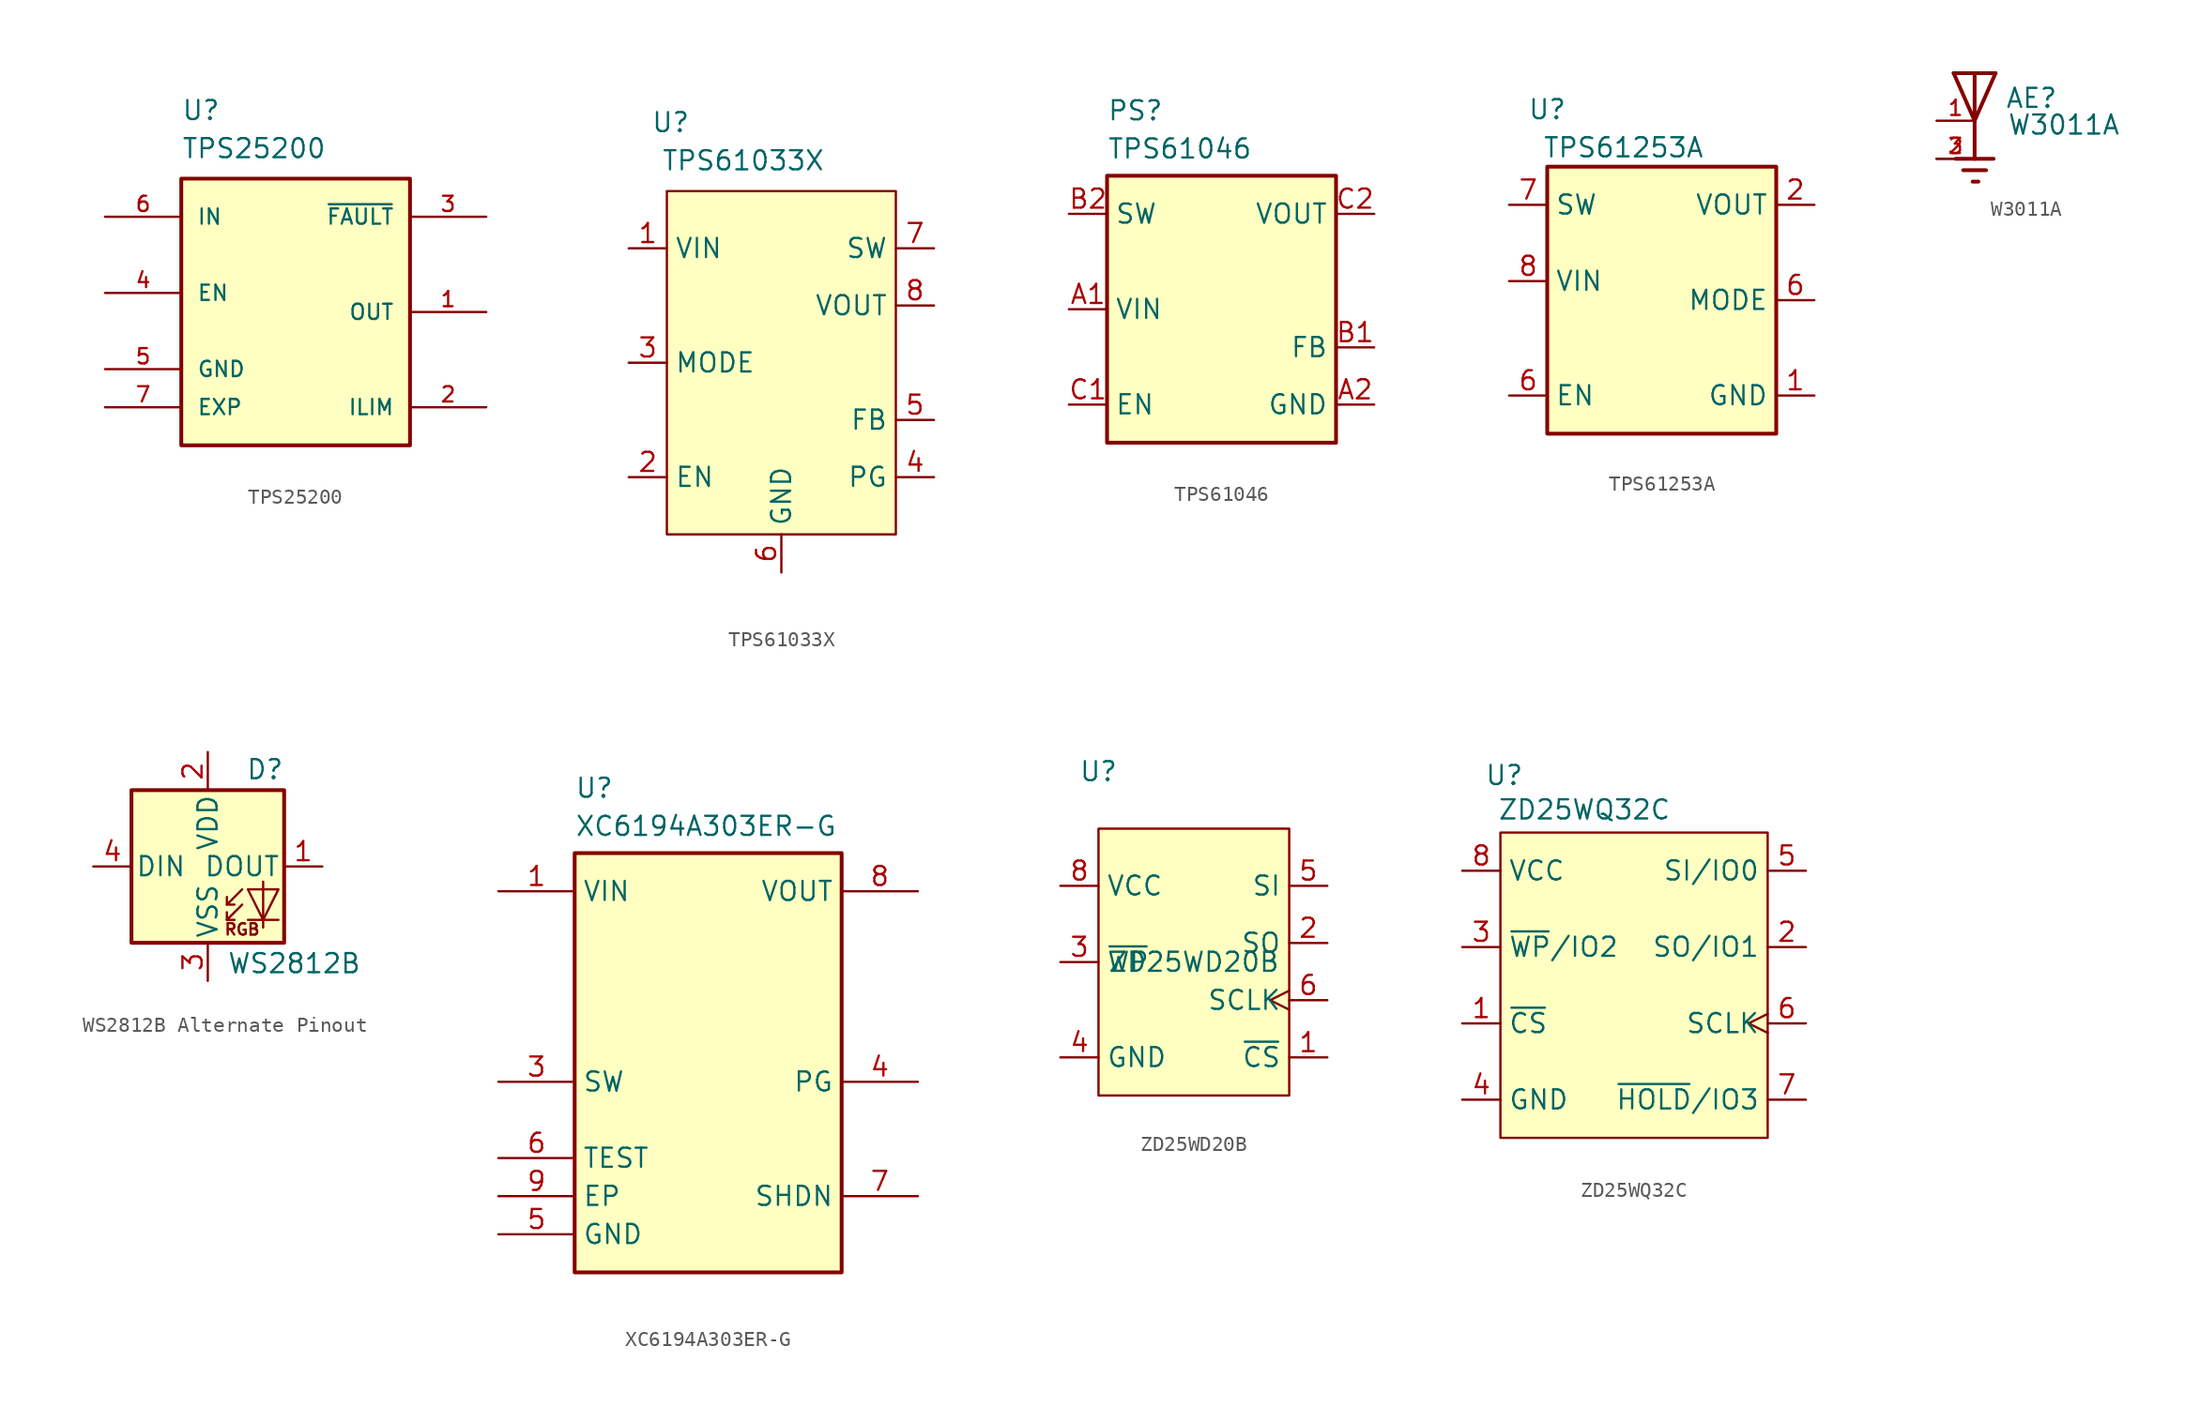
<source format=kicad_sym>
(kicad_symbol_lib
  (version 20241209)
  (generator "kicad_symbol_editor")
  (generator_version "9.0")
  (symbol "TPS25200"
    (pin_names
      (offset 1.016))
    (property "Reference" "U"
      (at -7.62 13.97 0)
      (effects (font (size 1.27 1.27)) (justify left bottom)))
    (property "Value" "TPS25200"
      (at -7.62 11.43 0)
      (effects (font (size 1.27 1.27)) (justify left bottom)))
    (symbol "TPS25200_0_0"
      (rectangle (start -7.62 10.16) (end 7.62 -7.62) (stroke (width 0.254) (type default)) (fill (type background)))
      (pin input line (at -12.7 7.62 0) (length 5.08) (name "IN" (effects (font (size 1.016 1.016)))) (number "6" (effects (font (size 1.016 1.016)))))
      (pin input line (at -12.7 2.54 0) (length 5.08) (name "EN" (effects (font (size 1.016 1.016)))) (number "4" (effects (font (size 1.016 1.016)))))
      (pin power_in line (at -12.7 -2.54 0) (length 5.08) (name "GND" (effects (font (size 1.016 1.016)))) (number "5" (effects (font (size 1.016 1.016)))))
      (pin power_in line (at -12.7 -5.08 0) (length 5.08) (name "EXP" (effects (font (size 1.016 1.016)))) (number "7" (effects (font (size 1.016 1.016)))))
      (pin output line (at 12.7 7.62 180) (length 5.08) (name "~{FAULT}" (effects (font (size 1.016 1.016)))) (number "3" (effects (font (size 1.016 1.016)))))
      (pin output line (at 12.7 1.27 180) (length 5.08) (name "OUT" (effects (font (size 1.016 1.016)))) (number "1" (effects (font (size 1.016 1.016)))))
      (pin output line (at 12.7 -5.08 180) (length 5.08) (name "ILIM" (effects (font (size 1.016 1.016)))) (number "2" (effects (font (size 1.016 1.016)))))))
  (symbol "TPS61033X"
    (property "Reference" "U"
      (at -7.366 16.002 0)
      (effects (font (size 1.27 1.27))))
    (property "Value" "TPS61033X"
      (at -2.54 13.462 0)
      (effects (font (size 1.27 1.27))))
    (symbol "TPS61033X_1_1"
      (rectangle (start -7.62 11.43) (end 7.62 -11.43) (stroke (width 0) (type default)) (fill (type background)))
      (pin power_in line (at -10.16 7.62 0) (length 2.54) (name "VIN" (effects (font (size 1.27 1.27)))) (number "1" (effects (font (size 1.27 1.27)))))
      (pin input line (at -10.16 0 0) (length 2.54) (name "MODE" (effects (font (size 1.27 1.27)))) (number "3" (effects (font (size 1.27 1.27)))))
      (pin input line (at -10.16 -7.62 0) (length 2.54) (name "EN" (effects (font (size 1.27 1.27)))) (number "2" (effects (font (size 1.27 1.27)))))
      (pin power_in line (at 0 -13.97 90) (length 2.54) (name "GND" (effects (font (size 1.27 1.27)))) (number "6" (effects (font (size 1.27 1.27)))))
      (pin input line (at 10.16 7.62 180) (length 2.54) (name "SW" (effects (font (size 1.27 1.27)))) (number "7" (effects (font (size 1.27 1.27)))))
      (pin power_out line (at 10.16 3.81 180) (length 2.54) (name "VOUT" (effects (font (size 1.27 1.27)))) (number "8" (effects (font (size 1.27 1.27)))))
      (pin input line (at 10.16 -3.81 180) (length 2.54) (name "FB" (effects (font (size 1.27 1.27)))) (number "5" (effects (font (size 1.27 1.27)))))
      (pin output line (at 10.16 -7.62 180) (length 2.54) (name "PG" (effects (font (size 1.27 1.27)))) (number "4" (effects (font (size 1.27 1.27)))))))
  (symbol "TPS61046"
    (property "Reference" "PS"
      (at -7.62 13.97 0)
      (effects (font (size 1.27 1.27)) (justify left top)))
    (property "Value" "TPS61046"
      (at -7.62 11.43 0)
      (effects (font (size 1.27 1.27)) (justify left top)))
    (symbol "TPS61046_1_1"
      (rectangle (start -7.62 8.89) (end 7.62 -8.89) (stroke (width 0.254) (type default)) (fill (type background)))
      (pin bidirectional line (at -10.16 6.35 0) (length 2.54) (name "SW" (effects (font (size 1.27 1.27)))) (number "B2" (effects (font (size 1.27 1.27)))))
      (pin power_in line (at -10.16 0 0) (length 2.54) (name "VIN" (effects (font (size 1.27 1.27)))) (number "A1" (effects (font (size 1.27 1.27)))))
      (pin input line (at -10.16 -6.35 0) (length 2.54) (name "EN" (effects (font (size 1.27 1.27)))) (number "C1" (effects (font (size 1.27 1.27)))))
      (pin power_in line (at 10.16 6.35 180) (length 2.54) (name "VOUT" (effects (font (size 1.27 1.27)))) (number "C2" (effects (font (size 1.27 1.27)))))
      (pin input line (at 10.16 -2.54 180) (length 2.54) (name "FB" (effects (font (size 1.27 1.27)))) (number "B1" (effects (font (size 1.27 1.27)))))
      (pin power_in line (at 10.16 -6.35 180) (length 2.54) (name "GND" (effects (font (size 1.27 1.27)))) (number "A2" (effects (font (size 1.27 1.27)))))))
  (symbol "TPS61253A"
    (property "Reference" "U"
      (at -7.62 11.43 0)
      (effects (font (size 1.27 1.27))))
    (property "Value" "TPS61253A"
      (at -2.54 8.89 0)
      (effects (font (size 1.27 1.27))))
    (symbol "TPS61253A_1_1"
      (rectangle (start -7.62 7.62) (end 7.62 -10.16) (stroke (width 0.254) (type default)) (fill (type background)))
      (pin passive line (at -10.16 5.08 0) (length 2.54) (name "SW" (effects (font (size 1.27 1.27)))) (number "7" (effects (font (size 1.27 1.27)))))
      (pin power_in line (at -10.16 0 0) (length 2.54) (name "VIN" (effects (font (size 1.27 1.27)))) (number "8" (effects (font (size 1.27 1.27)))))
      (pin input line (at -10.16 -7.62 0) (length 2.54) (name "EN" (effects (font (size 1.27 1.27)))) (number "6" (effects (font (size 1.27 1.27)))))
      (pin power_out line (at 10.16 5.08 180) (length 2.54) (name "VOUT" (effects (font (size 1.27 1.27)))) (number "2" (effects (font (size 1.27 1.27)))))
      (pin input line (at 10.16 -1.27 180) (length 2.54) (name "MODE" (effects (font (size 1.27 1.27)))) (number "6" (effects (font (size 1.27 1.27)))))
      (pin power_in line (at 10.16 -7.62 180) (length 2.54) (name "GND" (effects (font (size 1.27 1.27)))) (number "1" (effects (font (size 1.27 1.27)))))
      (pin passive line (at 10.16 -7.62 180) (length 2.54) (hide yes) (name "GND" (effects (font (size 1.27 1.27)))) (number "9" (effects (font (size 1.27 1.27)))))))
  (symbol "W3011A"
    (pin_names
      (offset 1.016))
    (property "Reference" "AE"
      (at 2.034 0.763 0)
      (effects (font (size 1.27 1.27)) (justify left bottom)))
    (property "Value" "W3011A"
      (at 2.163 -1.018 0)
      (effects (font (size 1.27 1.27)) (justify left bottom)))
    (symbol "W3011A_0_0"
      (polyline (pts (xy -1.397 3.175) (xy 0 3.175)) (stroke (width 0.254) (type default)) (fill (type none)))
      (polyline (pts (xy -0.762 -3.302) (xy 0.762 -3.302)) (stroke (width 0.254) (type default)) (fill (type none)))
      (polyline (pts (xy -0.127 -4.064) (xy 0.254 -4.064)) (stroke (width 0.254) (type default)) (fill (type none)))
      (polyline (pts (xy 0 3.175) (xy 0 0)) (stroke (width 0.254) (type default)) (fill (type none)))
      (polyline (pts (xy 0 3.175) (xy 1.397 3.175)) (stroke (width 0.254) (type default)) (fill (type none)))
      (polyline (pts (xy 0 0) (xy -1.397 3.175)) (stroke (width 0.254) (type default)) (fill (type none)))
      (polyline (pts (xy 0 0) (xy 0 -2.54)) (stroke (width 0.254) (type default)) (fill (type none)))
      (polyline (pts (xy 0 -2.54) (xy -1.27 -2.54)) (stroke (width 0.254) (type default)) (fill (type none)))
      (polyline (pts (xy 0 -2.54) (xy 1.27 -2.54)) (stroke (width 0.254) (type default)) (fill (type none)))
      (polyline (pts (xy 1.397 3.175) (xy 0 0)) (stroke (width 0.254) (type default)) (fill (type none)))
      (pin passive line (at -2.54 0 0) (length 2.54) (name "~" (effects (font (size 1.016 1.016)))) (number "1" (effects (font (size 1.016 1.016)))))
      (pin power_in line (at -2.54 -2.54 0) (length 2.54) (name "~" (effects (font (size 1.016 1.016)))) (number "2" (effects (font (size 1.016 1.016)))))
      (pin power_in line (at -2.54 -2.54 0) (length 2.54) (name "~" (effects (font (size 1.016 1.016)))) (number "3" (effects (font (size 1.016 1.016)))))))
  (symbol "WS2812B Alternate Pinout"
    (pin_names
      (offset 0.254))
    (property "Reference" "D"
      (at 5.08 5.715 0)
      (effects (font (size 1.27 1.27)) (justify right bottom)))
    (property "Value" "WS2812B"
      (at 1.27 -5.715 0)
      (effects (font (size 1.27 1.27)) (justify left top)))
    (symbol "WS2812B Alternate Pinout_0_0"
      (text "RGB" (at 2.286 -4.191 0) (effects (font (size 0.762 0.762)))))
    (symbol "WS2812B Alternate Pinout_0_1"
      (rectangle (start -5.08 5.08) (end 5.08 -5.08) (stroke (width 0.254) (type default)) (fill (type background)))
      (polyline (pts (xy 1.27 -2.54) (xy 1.778 -2.54)) (stroke (width 0) (type default)) (fill (type none)))
      (polyline (pts (xy 1.27 -3.556) (xy 1.778 -3.556)) (stroke (width 0) (type default)) (fill (type none)))
      (polyline (pts (xy 2.286 -1.524) (xy 1.27 -2.54) (xy 1.27 -2.032)) (stroke (width 0) (type default)) (fill (type none)))
      (polyline (pts (xy 2.286 -2.54) (xy 1.27 -3.556) (xy 1.27 -3.048)) (stroke (width 0) (type default)) (fill (type none)))
      (polyline (pts (xy 3.683 -1.016) (xy 3.683 -3.556) (xy 3.683 -4.064)) (stroke (width 0) (type default)) (fill (type none)))
      (polyline (pts (xy 4.699 -1.524) (xy 2.667 -1.524) (xy 3.683 -3.556) (xy 4.699 -1.524)) (stroke (width 0) (type default)) (fill (type none)))
      (polyline (pts (xy 4.699 -3.556) (xy 2.667 -3.556)) (stroke (width 0) (type default)) (fill (type none))))
    (symbol "WS2812B Alternate Pinout_1_1"
      (pin input line (at -7.62 0 0) (length 2.54) (name "DIN" (effects (font (size 1.27 1.27)))) (number "4" (effects (font (size 1.27 1.27)))))
      (pin power_in line (at 0 7.62 270) (length 2.54) (name "VDD" (effects (font (size 1.27 1.27)))) (number "2" (effects (font (size 1.27 1.27)))))
      (pin power_in line (at 0 -7.62 90) (length 2.54) (name "VSS" (effects (font (size 1.27 1.27)))) (number "3" (effects (font (size 1.27 1.27)))))
      (pin output line (at 7.62 0 180) (length 2.54) (name "DOUT" (effects (font (size 1.27 1.27)))) (number "1" (effects (font (size 1.27 1.27)))))))
  (symbol "XC6194A303ER-G"
    (property "Reference" "U"
      (at -8.89 17.78 0)
      (effects (font (size 1.27 1.27)) (justify left top)))
    (property "Value" "XC6194A303ER-G"
      (at -8.89 15.24 0)
      (effects (font (size 1.27 1.27)) (justify left top)))
    (symbol "XC6194A303ER-G_1_1"
      (rectangle (start -8.89 12.7) (end 8.89 -15.24) (stroke (width 0.254) (type default)) (fill (type background)))
      (pin passive line (at -13.97 10.16 0) (length 5.08) (name "VIN" (effects (font (size 1.27 1.27)))) (number "1" (effects (font (size 1.27 1.27)))))
      (pin passive line (at -13.97 -2.54 0) (length 5.08) (name "SW" (effects (font (size 1.27 1.27)))) (number "3" (effects (font (size 1.27 1.27)))))
      (pin passive line (at -13.97 -7.62 0) (length 5.08) (name "TEST" (effects (font (size 1.27 1.27)))) (number "6" (effects (font (size 1.27 1.27)))))
      (pin passive line (at -13.97 -10.16 0) (length 5.08) (name "EP" (effects (font (size 1.27 1.27)))) (number "9" (effects (font (size 1.27 1.27)))))
      (pin passive line (at -13.97 -12.7 0) (length 5.08) (name "GND" (effects (font (size 1.27 1.27)))) (number "5" (effects (font (size 1.27 1.27)))))
      (pin passive line (at 13.97 10.16 180) (length 5.08) (name "VOUT" (effects (font (size 1.27 1.27)))) (number "8" (effects (font (size 1.27 1.27)))))
      (pin passive line (at 13.97 -2.54 180) (length 5.08) (name "PG" (effects (font (size 1.27 1.27)))) (number "4" (effects (font (size 1.27 1.27)))))
      (pin passive line (at 13.97 -10.16 180) (length 5.08) (name "SHDN" (effects (font (size 1.27 1.27)))) (number "7" (effects (font (size 1.27 1.27)))))
      (pin no_connect line (at 13.97 -12.7 180) (length 5.08) (hide yes) (name "NC" (effects (font (size 1.27 1.27)))) (number "2" (effects (font (size 1.27 1.27)))))))
  (symbol "ZD25WD20B"
    (property "Reference" "U"
      (at -6.35 12.7 0)
      (effects (font (size 1.27 1.27))))
    (property "Value" "ZD25WD20B"
      (at 0 0 0)
      (effects (font (size 1.27 1.27))))
    (symbol "ZD25WD20B_1_1"
      (rectangle (start -6.35 8.89) (end 6.35 -8.89) (stroke (width 0) (type default)) (fill (type background)))
      (pin power_in line (at -8.89 5.08 0) (length 2.54) (name "VCC" (effects (font (size 1.27 1.27)))) (number "8" (effects (font (size 1.27 1.27)))))
      (pin input line (at -8.89 0 0) (length 2.54) (name "~{WP}" (effects (font (size 1.27 1.27)))) (number "3" (effects (font (size 1.27 1.27)))))
      (pin power_in line (at -8.89 -6.35 0) (length 2.54) (name "GND" (effects (font (size 1.27 1.27)))) (number "4" (effects (font (size 1.27 1.27)))))
      (pin no_connect line (at -6.35 -2.54 0) (length 2.54) (hide yes) (name "NC" (effects (font (size 1.27 1.27)))) (number "7" (effects (font (size 1.27 1.27)))))
      (pin input line (at 8.89 5.08 180) (length 2.54) (name "SI" (effects (font (size 1.27 1.27)))) (number "5" (effects (font (size 1.27 1.27)))))
      (pin output line (at 8.89 1.27 180) (length 2.54) (name "SO" (effects (font (size 1.27 1.27)))) (number "2" (effects (font (size 1.27 1.27)))))
      (pin input clock (at 8.89 -2.54 180) (length 2.54) (name "SCLK" (effects (font (size 1.27 1.27)))) (number "6" (effects (font (size 1.27 1.27)))))
      (pin input line (at 8.89 -6.35 180) (length 2.54) (name "~{CS}" (effects (font (size 1.27 1.27)))) (number "1" (effects (font (size 1.27 1.27)))))))
  (symbol "ZD25WQ32C"
    (property "Reference" "U"
      (at -8.636 13.97 0)
      (effects (font (size 1.27 1.27))))
    (property "Value" "ZD25WQ32C"
      (at -3.302 11.684 0)
      (effects (font (size 1.27 1.27))))
    (symbol "ZD25WQ32C_1_1"
      (rectangle (start -8.89 10.16) (end 8.89 -10.16) (stroke (width 0) (type default)) (fill (type background)))
      (pin power_in line (at -11.43 7.62 0) (length 2.54) (name "VCC" (effects (font (size 1.27 1.27)))) (number "8" (effects (font (size 1.27 1.27)))))
      (pin bidirectional line (at -11.43 2.54 0) (length 2.54) (name "~{WP}/IO2" (effects (font (size 1.27 1.27)))) (number "3" (effects (font (size 1.27 1.27)))))
      (pin input line (at -11.43 -2.54 0) (length 2.54) (name "~{CS}" (effects (font (size 1.27 1.27)))) (number "1" (effects (font (size 1.27 1.27)))))
      (pin power_in line (at -11.43 -7.62 0) (length 2.54) (name "GND" (effects (font (size 1.27 1.27)))) (number "4" (effects (font (size 1.27 1.27)))))
      (pin bidirectional line (at 11.43 7.62 180) (length 2.54) (name "SI/IO0" (effects (font (size 1.27 1.27)))) (number "5" (effects (font (size 1.27 1.27)))))
      (pin bidirectional line (at 11.43 2.54 180) (length 2.54) (name "SO/IO1" (effects (font (size 1.27 1.27)))) (number "2" (effects (font (size 1.27 1.27)))))
      (pin input clock (at 11.43 -2.54 180) (length 2.54) (name "SCLK" (effects (font (size 1.27 1.27)))) (number "6" (effects (font (size 1.27 1.27)))))
      (pin bidirectional line (at 11.43 -7.62 180) (length 2.54) (name "~{HOLD}/IO3" (effects (font (size 1.27 1.27)))) (number "7" (effects (font (size 1.27 1.27))))))))
</source>
